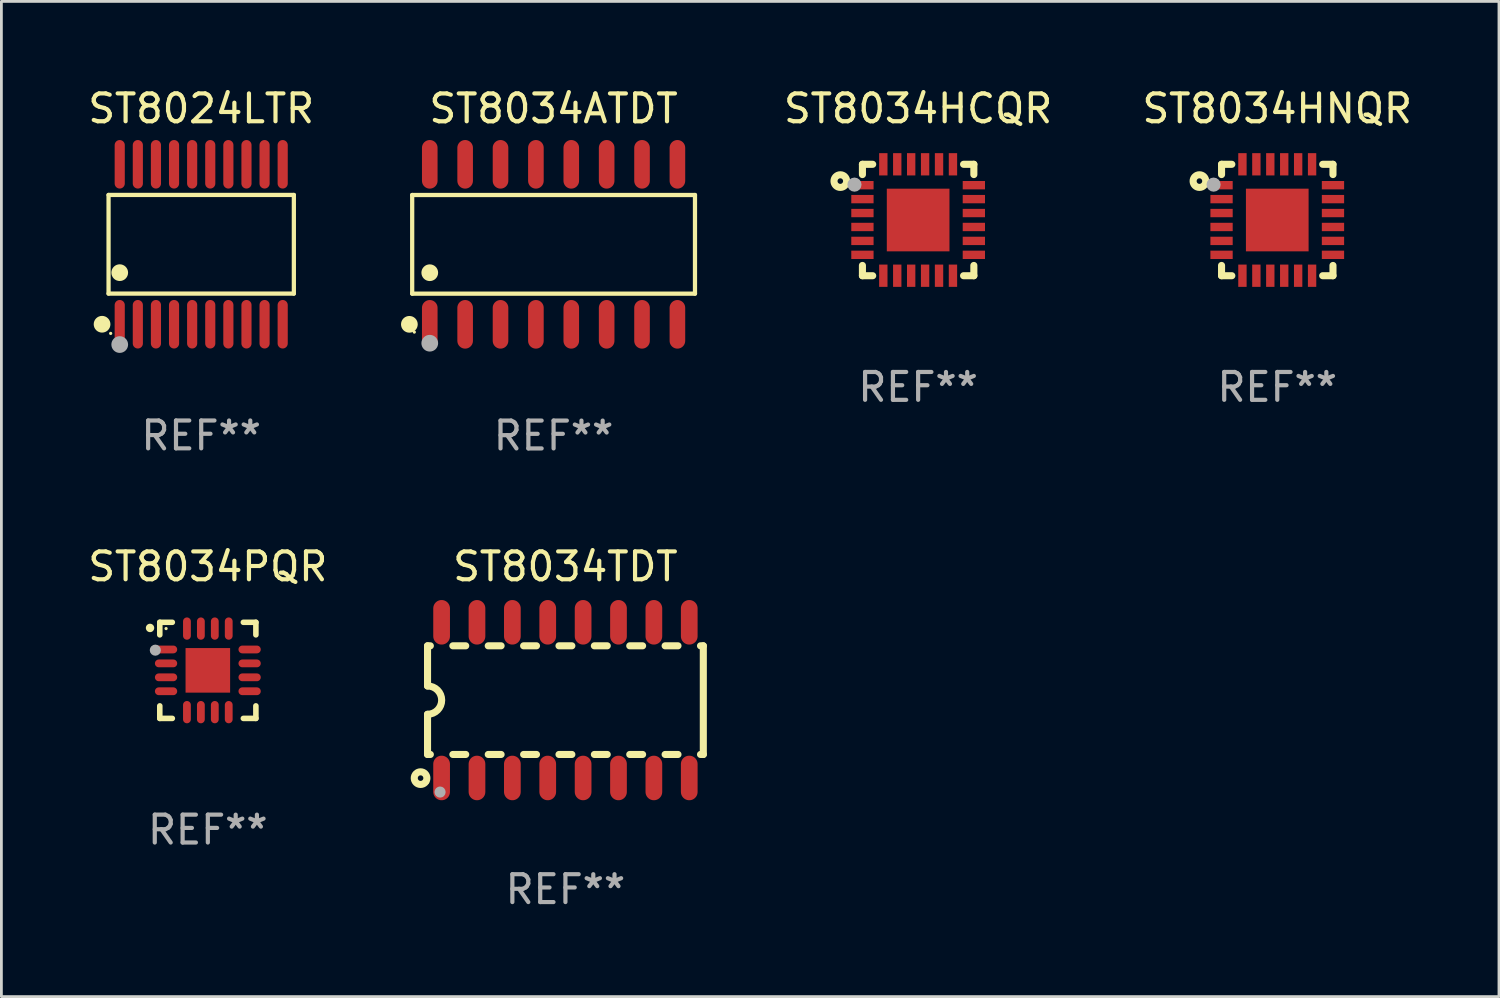
<source format=kicad_pcb>
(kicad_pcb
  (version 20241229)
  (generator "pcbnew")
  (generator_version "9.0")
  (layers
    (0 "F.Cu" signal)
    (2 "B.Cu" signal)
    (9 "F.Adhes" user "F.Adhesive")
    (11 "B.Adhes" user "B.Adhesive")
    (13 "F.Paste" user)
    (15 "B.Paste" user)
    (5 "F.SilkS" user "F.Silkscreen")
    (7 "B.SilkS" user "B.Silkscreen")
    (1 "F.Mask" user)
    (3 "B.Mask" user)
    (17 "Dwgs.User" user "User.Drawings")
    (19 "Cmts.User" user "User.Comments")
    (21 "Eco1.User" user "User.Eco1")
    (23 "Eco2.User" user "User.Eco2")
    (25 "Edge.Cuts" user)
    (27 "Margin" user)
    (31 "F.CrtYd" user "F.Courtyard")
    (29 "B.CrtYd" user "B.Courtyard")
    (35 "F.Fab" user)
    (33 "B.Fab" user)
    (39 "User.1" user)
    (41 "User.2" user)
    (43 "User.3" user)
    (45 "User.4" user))
  (footprint "ST8034TDT"
    (layer "F.Cu")
    (at 17.248 22.084)
    (property "Reference" "ST8034TDT" (at 0 -4.794 0) (layer "F.SilkS") (effects (font (size 1 1) (thickness 0.15))))
    (attr through_hole)
    (fp_line (start -4.95 -1.95) (end -4.95 -0.508) (stroke (width 0.254) (type solid)) (layer "F.SilkS"))
    (fp_line (start -4.95 -1.95) (end -4.849 -1.95) (stroke (width 0.254) (type solid)) (layer "F.SilkS"))
    (fp_line (start -4.95 1.95) (end -4.95 0.508) (stroke (width 0.254) (type solid)) (layer "F.SilkS"))
    (fp_line (start -4.95 1.95) (end -4.849 1.95) (stroke (width 0.254) (type solid)) (layer "F.SilkS"))
    (fp_line (start -4.041 -1.95) (end -3.579 -1.95) (stroke (width 0.254) (type solid)) (layer "F.SilkS"))
    (fp_line (start -4.041 1.95) (end -3.579 1.95) (stroke (width 0.254) (type solid)) (layer "F.SilkS"))
    (fp_line (start -2.771 -1.95) (end -2.309 -1.95) (stroke (width 0.254) (type solid)) (layer "F.SilkS"))
    (fp_line (start -2.771 1.95) (end -2.309 1.95) (stroke (width 0.254) (type solid)) (layer "F.SilkS"))
    (fp_line (start -1.501 -1.95) (end -1.039 -1.95) (stroke (width 0.254) (type solid)) (layer "F.SilkS"))
    (fp_line (start -1.501 1.95) (end -1.039 1.95) (stroke (width 0.254) (type solid)) (layer "F.SilkS"))
    (fp_line (start -0.231 -1.95) (end 0.231 -1.95) (stroke (width 0.254) (type solid)) (layer "F.SilkS"))
    (fp_line (start -0.231 1.95) (end 0.231 1.95) (stroke (width 0.254) (type solid)) (layer "F.SilkS"))
    (fp_line (start 1.039 -1.95) (end 1.501 -1.95) (stroke (width 0.254) (type solid)) (layer "F.SilkS"))
    (fp_line (start 1.039 1.95) (end 1.501 1.95) (stroke (width 0.254) (type solid)) (layer "F.SilkS"))
    (fp_line (start 2.309 -1.95) (end 2.771 -1.95) (stroke (width 0.254) (type solid)) (layer "F.SilkS"))
    (fp_line (start 2.309 1.95) (end 2.771 1.95) (stroke (width 0.254) (type solid)) (layer "F.SilkS"))
    (fp_line (start 3.579 -1.95) (end 4.041 -1.95) (stroke (width 0.254) (type solid)) (layer "F.SilkS"))
    (fp_line (start 3.579 1.95) (end 4.041 1.95) (stroke (width 0.254) (type solid)) (layer "F.SilkS"))
    (fp_line (start 4.849 -1.95) (end 4.95 -1.95) (stroke (width 0.254) (type solid)) (layer "F.SilkS"))
    (fp_line (start 4.849 1.95) (end 4.95 1.95) (stroke (width 0.254) (type solid)) (layer "F.SilkS"))
    (fp_line (start 4.95 -1.95) (end 4.95 1.95) (stroke (width 0.254) (type solid)) (layer "F.SilkS"))
    (fp_arc (start -4.95047 -0.508001) (mid -4.442469 -0.000228) (end -4.950013 0.508001) (stroke (width 0.254001) (type solid)) (layer "F.SilkS"))
    (fp_circle (center -5.2 2.8) (end -5.1 2.8) (stroke (width 0.254) (type solid)) (fill no) (layer "F.SilkS"))
    (fp_circle (center -4.95 2.947) (end -4.92 2.947) (stroke (width 0.06) (type solid)) (fill no) (layer "F.SilkS"))
    (fp_circle (center -4.5 3.3) (end -4.4 3.3) (stroke (width 0.2) (type solid)) (fill no) (layer "F.Fab"))
    (fp_text user "REF**" (at 0 6.794 0) (layer "F.Fab") (effects (font (size 1 1) (thickness 0.15))))
    (pad "1" smd oval (at -4.445 2.794) (size 0.6 1.6) (layers "F.Cu" "F.Mask" "F.Paste"))
    (pad "2" smd oval (at -3.175 2.794) (size 0.6 1.6) (layers "F.Cu" "F.Mask" "F.Paste"))
    (pad "3" smd oval (at -1.905 2.794) (size 0.6 1.6) (layers "F.Cu" "F.Mask" "F.Paste"))
    (pad "4" smd oval (at -0.635 2.794) (size 0.6 1.6) (layers "F.Cu" "F.Mask" "F.Paste"))
    (pad "5" smd oval (at 0.635 2.794) (size 0.6 1.6) (layers "F.Cu" "F.Mask" "F.Paste"))
    (pad "6" smd oval (at 1.905 2.794) (size 0.6 1.6) (layers "F.Cu" "F.Mask" "F.Paste"))
    (pad "7" smd oval (at 3.175 2.794) (size 0.6 1.6) (layers "F.Cu" "F.Mask" "F.Paste"))
    (pad "8" smd oval (at 4.445 2.794) (size 0.6 1.6) (layers "F.Cu" "F.Mask" "F.Paste"))
    (pad "9" smd oval (at 4.445 -2.794) (size 0.6 1.6) (layers "F.Cu" "F.Mask" "F.Paste"))
    (pad "10" smd oval (at 3.175 -2.794) (size 0.6 1.6) (layers "F.Cu" "F.Mask" "F.Paste"))
    (pad "11" smd oval (at 1.905 -2.794) (size 0.6 1.6) (layers "F.Cu" "F.Mask" "F.Paste"))
    (pad "12" smd oval (at 0.635 -2.794) (size 0.6 1.6) (layers "F.Cu" "F.Mask" "F.Paste"))
    (pad "13" smd oval (at -0.635 -2.794) (size 0.6 1.6) (layers "F.Cu" "F.Mask" "F.Paste"))
    (pad "14" smd oval (at -1.905 -2.794) (size 0.6 1.6) (layers "F.Cu" "F.Mask" "F.Paste"))
    (pad "15" smd oval (at -3.175 -2.794) (size 0.6 1.6) (layers "F.Cu" "F.Mask" "F.Paste"))
    (pad "16" smd oval (at -4.445 -2.794) (size 0.6 1.6) (layers "F.Cu" "F.Mask" "F.Paste")))
  (footprint "ST8034HNQR"
    (layer "F.Cu")
    (at 42.802 4.848)
    (property "Reference" "ST8034HNQR" (at 0 -4 0) (layer "F.SilkS") (effects (font (size 1 1) (thickness 0.15))))
    (attr through_hole)
    (fp_line (start -2 -2) (end -1.631 -2) (stroke (width 0.254) (type solid)) (layer "F.SilkS"))
    (fp_line (start -2 -1.631) (end -2 -2) (stroke (width 0.254) (type solid)) (layer "F.SilkS"))
    (fp_line (start -2 2) (end -2 1.631) (stroke (width 0.254) (type solid)) (layer "F.SilkS"))
    (fp_line (start -1.631 2) (end -2 2) (stroke (width 0.254) (type solid)) (layer "F.SilkS"))
    (fp_line (start 1.631 -2) (end 2 -2) (stroke (width 0.254) (type solid)) (layer "F.SilkS"))
    (fp_line (start 2 -2) (end 2 -1.631) (stroke (width 0.254) (type solid)) (layer "F.SilkS"))
    (fp_line (start 2 1.631) (end 2 2) (stroke (width 0.254) (type solid)) (layer "F.SilkS"))
    (fp_line (start 2 2) (end 1.631 2) (stroke (width 0.254) (type solid)) (layer "F.SilkS"))
    (fp_circle (center -2.794 -1.397) (end -2.694 -1.397) (stroke (width 0.254) (type solid)) (fill no) (layer "F.SilkS"))
    (fp_circle (center -2 -2) (end -1.97 -2) (stroke (width 0.06) (type solid)) (fill no) (layer "F.SilkS"))
    (fp_circle (center -2.286 -1.27) (end -2.159 -1.27) (stroke (width 0.254) (type solid)) (fill no) (layer "F.Fab"))
    (fp_text user "REF**" (at 0 6 0) (layer "F.Fab") (effects (font (size 1 1) (thickness 0.15))))
    (pad "1" smd rect (at -2 -1.25) (size 0.8 0.3) (layers "F.Cu" "F.Mask" "F.Paste"))
    (pad "2" smd rect (at -2 -0.75) (size 0.8 0.3) (layers "F.Cu" "F.Mask" "F.Paste"))
    (pad "3" smd rect (at -2 -0.25) (size 0.8 0.3) (layers "F.Cu" "F.Mask" "F.Paste"))
    (pad "4" smd rect (at -2 0.25) (size 0.8 0.3) (layers "F.Cu" "F.Mask" "F.Paste"))
    (pad "5" smd rect (at -2 0.75) (size 0.8 0.3) (layers "F.Cu" "F.Mask" "F.Paste"))
    (pad "6" smd rect (at -2 1.25) (size 0.8 0.3) (layers "F.Cu" "F.Mask" "F.Paste"))
    (pad "7" smd rect (at -1.25 2) (size 0.3 0.8) (layers "F.Cu" "F.Mask" "F.Paste"))
    (pad "8" smd rect (at -0.75 2) (size 0.3 0.8) (layers "F.Cu" "F.Mask" "F.Paste"))
    (pad "9" smd rect (at -0.25 2) (size 0.3 0.8) (layers "F.Cu" "F.Mask" "F.Paste"))
    (pad "10" smd rect (at 0.25 2) (size 0.3 0.8) (layers "F.Cu" "F.Mask" "F.Paste"))
    (pad "11" smd rect (at 0.75 2) (size 0.3 0.8) (layers "F.Cu" "F.Mask" "F.Paste"))
    (pad "12" smd rect (at 1.25 2) (size 0.3 0.8) (layers "F.Cu" "F.Mask" "F.Paste"))
    (pad "13" smd rect (at 2 1.25) (size 0.8 0.3) (layers "F.Cu" "F.Mask" "F.Paste"))
    (pad "14" smd rect (at 2 0.75) (size 0.8 0.3) (layers "F.Cu" "F.Mask" "F.Paste"))
    (pad "15" smd rect (at 2 0.25) (size 0.8 0.3) (layers "F.Cu" "F.Mask" "F.Paste"))
    (pad "16" smd rect (at 2 -0.25) (size 0.8 0.3) (layers "F.Cu" "F.Mask" "F.Paste"))
    (pad "17" smd rect (at 2 -0.75) (size 0.8 0.3) (layers "F.Cu" "F.Mask" "F.Paste"))
    (pad "18" smd rect (at 2 -1.25) (size 0.8 0.3) (layers "F.Cu" "F.Mask" "F.Paste"))
    (pad "19" smd rect (at 1.25 -2) (size 0.3 0.8) (layers "F.Cu" "F.Mask" "F.Paste"))
    (pad "20" smd rect (at 0.75 -2) (size 0.3 0.8) (layers "F.Cu" "F.Mask" "F.Paste"))
    (pad "21" smd rect (at 0.25 -2) (size 0.3 0.8) (layers "F.Cu" "F.Mask" "F.Paste"))
    (pad "22" smd rect (at -0.25 -2) (size 0.3 0.8) (layers "F.Cu" "F.Mask" "F.Paste"))
    (pad "23" smd rect (at -0.75 -2) (size 0.3 0.8) (layers "F.Cu" "F.Mask" "F.Paste"))
    (pad "24" smd rect (at -1.25 -2) (size 0.3 0.8) (layers "F.Cu" "F.Mask" "F.Paste"))
    (pad "25" smd rect (at 0.000051 -0.000013) (size 2.25 2.25) (layers "F.Cu" "F.Mask" "F.Paste")))
  (footprint "ST8034PQR"
    (layer "F.Cu")
    (at 4.411 21.015)
    (property "Reference" "ST8034PQR" (at 0 -3.725 0) (layer "F.SilkS") (effects (font (size 1 1) (thickness 0.15))))
    (attr through_hole)
    (fp_line (start -1.725 -1.725) (end -1.275 -1.725) (stroke (width 0.2) (type solid)) (layer "F.SilkS"))
    (fp_line (start -1.725 -1.275) (end -1.725 -1.725) (stroke (width 0.2) (type solid)) (layer "F.SilkS"))
    (fp_line (start -1.725 1.725) (end -1.725 1.275) (stroke (width 0.2) (type solid)) (layer "F.SilkS"))
    (fp_line (start -1.275 1.725) (end -1.725 1.725) (stroke (width 0.2) (type solid)) (layer "F.SilkS"))
    (fp_line (start 1.275 -1.725) (end 1.725 -1.725) (stroke (width 0.2) (type solid)) (layer "F.SilkS"))
    (fp_line (start 1.275 1.725) (end 1.725 1.725) (stroke (width 0.2) (type solid)) (layer "F.SilkS"))
    (fp_line (start 1.725 -1.725) (end 1.725 -1.275) (stroke (width 0.2) (type solid)) (layer "F.SilkS"))
    (fp_line (start 1.725 1.725) (end 1.725 1.275) (stroke (width 0.2) (type solid)) (layer "F.SilkS"))
    (fp_arc (start -2.075184 -1.521463) (mid -2.075189 -1.522733) (end -2.075184 -1.524003) (stroke (width 0.3) (type solid)) (layer "F.SilkS"))
    (fp_circle (center -1.499 -1.5) (end -1.469 -1.5) (stroke (width 0.06) (type solid)) (fill no) (layer "F.SilkS"))
    (fp_circle (center -1.885 -0.725) (end -1.785 -0.725) (stroke (width 0.2) (type solid)) (fill no) (layer "F.Fab"))
    (fp_text user "REF**" (at 0 5.725 0) (layer "F.Fab") (effects (font (size 1 1) (thickness 0.15))))
    (pad "1" smd oval (at -1.5 -0.75 90) (size 0.28 0.8) (layers "F.Cu" "F.Mask" "F.Paste"))
    (pad "2" smd oval (at -1.5 -0.25 90) (size 0.28 0.8) (layers "F.Cu" "F.Mask" "F.Paste"))
    (pad "3" smd oval (at -1.5 0.25 90) (size 0.28 0.8) (layers "F.Cu" "F.Mask" "F.Paste"))
    (pad "4" smd oval (at -1.5 0.75 90) (size 0.28 0.8) (layers "F.Cu" "F.Mask" "F.Paste"))
    (pad "5" smd oval (at -0.75 1.5) (size 0.28 0.8) (layers "F.Cu" "F.Mask" "F.Paste"))
    (pad "6" smd oval (at -0.25 1.5) (size 0.28 0.8) (layers "F.Cu" "F.Mask" "F.Paste"))
    (pad "7" smd oval (at 0.25 1.5) (size 0.28 0.8) (layers "F.Cu" "F.Mask" "F.Paste"))
    (pad "8" smd oval (at 0.75 1.5) (size 0.28 0.8) (layers "F.Cu" "F.Mask" "F.Paste"))
    (pad "9" smd oval (at 1.5 0.75 90) (size 0.28 0.8) (layers "F.Cu" "F.Mask" "F.Paste"))
    (pad "10" smd oval (at 1.5 0.25 90) (size 0.28 0.8) (layers "F.Cu" "F.Mask" "F.Paste"))
    (pad "11" smd oval (at 1.5 -0.25 90) (size 0.28 0.8) (layers "F.Cu" "F.Mask" "F.Paste"))
    (pad "12" smd oval (at 1.5 -0.75 90) (size 0.28 0.8) (layers "F.Cu" "F.Mask" "F.Paste"))
    (pad "13" smd oval (at 0.75 -1.5) (size 0.28 0.8) (layers "F.Cu" "F.Mask" "F.Paste"))
    (pad "14" smd oval (at 0.25 -1.5) (size 0.28 0.8) (layers "F.Cu" "F.Mask" "F.Paste"))
    (pad "15" smd oval (at -0.25 -1.5) (size 0.28 0.8) (layers "F.Cu" "F.Mask" "F.Paste"))
    (pad "16" smd oval (at -0.75 -1.5) (size 0.28 0.8) (layers "F.Cu" "F.Mask" "F.Paste"))
    (pad "17" smd rect (at 0 -0.000051) (size 1.6 1.6) (layers "F.Cu" "F.Mask" "F.Paste")))
  (footprint "ST8024LTR"
    (layer "F.Cu")
    (at 4.173 5.719)
    (property "Reference" "ST8024LTR" (at 0 -4.871 0) (layer "F.SilkS") (effects (font (size 1 1) (thickness 0.15))))
    (attr through_hole)
    (fp_line (start -3.326 -1.771) (end 3.326 -1.771) (stroke (width 0.152) (type solid)) (layer "F.SilkS"))
    (fp_line (start -3.326 1.771) (end -3.326 -1.771) (stroke (width 0.152) (type solid)) (layer "F.SilkS"))
    (fp_line (start 3.326 -1.771) (end 3.326 1.771) (stroke (width 0.152) (type solid)) (layer "F.SilkS"))
    (fp_line (start 3.326 1.771) (end -3.326 1.771) (stroke (width 0.152) (type solid)) (layer "F.SilkS"))
    (fp_circle (center -3.559 2.871) (end -3.409 2.871) (stroke (width 0.3) (type solid)) (fill no) (layer "F.SilkS"))
    (fp_circle (center -3.25 3.2) (end -3.22 3.2) (stroke (width 0.06) (type solid)) (fill no) (layer "F.SilkS"))
    (fp_circle (center -2.925 1.019) (end -2.775 1.019) (stroke (width 0.3) (type solid)) (fill no) (layer "F.SilkS"))
    (fp_circle (center -2.925 3.6) (end -2.775 3.6) (stroke (width 0.3) (type solid)) (fill no) (layer "F.Fab"))
    (fp_text user "REF**" (at 0 6.871 0) (layer "F.Fab") (effects (font (size 1 1) (thickness 0.15))))
    (pad "1" smd oval (at -2.925 2.871) (size 0.364 1.742) (layers "F.Cu" "F.Mask" "F.Paste"))
    (pad "2" smd oval (at -2.275 2.871) (size 0.364 1.742) (layers "F.Cu" "F.Mask" "F.Paste"))
    (pad "3" smd oval (at -1.625 2.871) (size 0.364 1.742) (layers "F.Cu" "F.Mask" "F.Paste"))
    (pad "4" smd oval (at -0.975 2.871) (size 0.364 1.742) (layers "F.Cu" "F.Mask" "F.Paste"))
    (pad "5" smd oval (at -0.325 2.871) (size 0.364 1.742) (layers "F.Cu" "F.Mask" "F.Paste"))
    (pad "6" smd oval (at 0.325 2.871) (size 0.364 1.742) (layers "F.Cu" "F.Mask" "F.Paste"))
    (pad "7" smd oval (at 0.975 2.871) (size 0.364 1.742) (layers "F.Cu" "F.Mask" "F.Paste"))
    (pad "8" smd oval (at 1.625 2.871) (size 0.364 1.742) (layers "F.Cu" "F.Mask" "F.Paste"))
    (pad "9" smd oval (at 2.275 2.871) (size 0.364 1.742) (layers "F.Cu" "F.Mask" "F.Paste"))
    (pad "10" smd oval (at 2.925 2.871) (size 0.364 1.742) (layers "F.Cu" "F.Mask" "F.Paste"))
    (pad "11" smd oval (at 2.925 -2.871) (size 0.364 1.742) (layers "F.Cu" "F.Mask" "F.Paste"))
    (pad "12" smd oval (at 2.275 -2.871) (size 0.364 1.742) (layers "F.Cu" "F.Mask" "F.Paste"))
    (pad "13" smd oval (at 1.625 -2.871) (size 0.364 1.742) (layers "F.Cu" "F.Mask" "F.Paste"))
    (pad "14" smd oval (at 0.975 -2.871) (size 0.364 1.742) (layers "F.Cu" "F.Mask" "F.Paste"))
    (pad "15" smd oval (at 0.325 -2.871) (size 0.364 1.742) (layers "F.Cu" "F.Mask" "F.Paste"))
    (pad "16" smd oval (at -0.325 -2.871) (size 0.364 1.742) (layers "F.Cu" "F.Mask" "F.Paste"))
    (pad "17" smd oval (at -0.975 -2.871) (size 0.364 1.742) (layers "F.Cu" "F.Mask" "F.Paste"))
    (pad "18" smd oval (at -1.625 -2.871) (size 0.364 1.742) (layers "F.Cu" "F.Mask" "F.Paste"))
    (pad "19" smd oval (at -2.275 -2.871) (size 0.364 1.742) (layers "F.Cu" "F.Mask" "F.Paste"))
    (pad "20" smd oval (at -2.925 -2.871) (size 0.364 1.742) (layers "F.Cu" "F.Mask" "F.Paste")))
  (footprint "ST8034ATDT"
    (layer "F.Cu")
    (at 16.823 5.721)
    (property "Reference" "ST8034ATDT" (at 0 -4.872 0) (layer "F.SilkS") (effects (font (size 1 1) (thickness 0.15))))
    (attr through_hole)
    (fp_line (start -5.076 -1.771) (end 5.076 -1.771) (stroke (width 0.152) (type solid)) (layer "F.SilkS"))
    (fp_line (start -5.076 1.771) (end -5.076 -1.771) (stroke (width 0.152) (type solid)) (layer "F.SilkS"))
    (fp_line (start 5.076 -1.771) (end 5.076 1.771) (stroke (width 0.152) (type solid)) (layer "F.SilkS"))
    (fp_line (start 5.076 1.771) (end -5.076 1.771) (stroke (width 0.152) (type solid)) (layer "F.SilkS"))
    (fp_circle (center -5.177 2.872) (end -5.027 2.872) (stroke (width 0.3) (type solid)) (fill no) (layer "F.SilkS"))
    (fp_circle (center -5 3.15) (end -4.97 3.15) (stroke (width 0.06) (type solid)) (fill no) (layer "F.SilkS"))
    (fp_circle (center -4.445 1.019) (end -4.295 1.019) (stroke (width 0.3) (type solid)) (fill no) (layer "F.SilkS"))
    (fp_circle (center -4.445 3.55) (end -4.295 3.55) (stroke (width 0.3) (type solid)) (fill no) (layer "F.Fab"))
    (fp_text user "REF**" (at 0 6.872 0) (layer "F.Fab") (effects (font (size 1 1) (thickness 0.15))))
    (pad "1" smd oval (at -4.445 2.872) (size 0.56 1.745) (layers "F.Cu" "F.Mask" "F.Paste"))
    (pad "2" smd oval (at -3.175 2.872) (size 0.56 1.745) (layers "F.Cu" "F.Mask" "F.Paste"))
    (pad "3" smd oval (at -1.905 2.872) (size 0.56 1.745) (layers "F.Cu" "F.Mask" "F.Paste"))
    (pad "4" smd oval (at -0.635 2.872) (size 0.56 1.745) (layers "F.Cu" "F.Mask" "F.Paste"))
    (pad "5" smd oval (at 0.635 2.872) (size 0.56 1.745) (layers "F.Cu" "F.Mask" "F.Paste"))
    (pad "6" smd oval (at 1.905 2.872) (size 0.56 1.745) (layers "F.Cu" "F.Mask" "F.Paste"))
    (pad "7" smd oval (at 3.175 2.872) (size 0.56 1.745) (layers "F.Cu" "F.Mask" "F.Paste"))
    (pad "8" smd oval (at 4.445 2.872) (size 0.56 1.745) (layers "F.Cu" "F.Mask" "F.Paste"))
    (pad "9" smd oval (at 4.445 -2.872) (size 0.56 1.745) (layers "F.Cu" "F.Mask" "F.Paste"))
    (pad "10" smd oval (at 3.175 -2.872) (size 0.56 1.745) (layers "F.Cu" "F.Mask" "F.Paste"))
    (pad "11" smd oval (at 1.905 -2.872) (size 0.56 1.745) (layers "F.Cu" "F.Mask" "F.Paste"))
    (pad "12" smd oval (at 0.635 -2.872) (size 0.56 1.745) (layers "F.Cu" "F.Mask" "F.Paste"))
    (pad "13" smd oval (at -0.635 -2.872) (size 0.56 1.745) (layers "F.Cu" "F.Mask" "F.Paste"))
    (pad "14" smd oval (at -1.905 -2.872) (size 0.56 1.745) (layers "F.Cu" "F.Mask" "F.Paste"))
    (pad "15" smd oval (at -3.175 -2.872) (size 0.56 1.745) (layers "F.Cu" "F.Mask" "F.Paste"))
    (pad "16" smd oval (at -4.445 -2.872) (size 0.56 1.745) (layers "F.Cu" "F.Mask" "F.Paste")))
  (footprint "ST8034HCQR"
    (layer "F.Cu")
    (at 29.91 4.848)
    (property "Reference" "ST8034HCQR" (at 0 -4 0) (layer "F.SilkS") (effects (font (size 1 1) (thickness 0.15))))
    (attr through_hole)
    (fp_line (start -2 -2) (end -1.631 -2) (stroke (width 0.254) (type solid)) (layer "F.SilkS"))
    (fp_line (start -2 -1.631) (end -2 -2) (stroke (width 0.254) (type solid)) (layer "F.SilkS"))
    (fp_line (start -2 2) (end -2 1.631) (stroke (width 0.254) (type solid)) (layer "F.SilkS"))
    (fp_line (start -1.631 2) (end -2 2) (stroke (width 0.254) (type solid)) (layer "F.SilkS"))
    (fp_line (start 1.631 -2) (end 2 -2) (stroke (width 0.254) (type solid)) (layer "F.SilkS"))
    (fp_line (start 2 -2) (end 2 -1.631) (stroke (width 0.254) (type solid)) (layer "F.SilkS"))
    (fp_line (start 2 1.631) (end 2 2) (stroke (width 0.254) (type solid)) (layer "F.SilkS"))
    (fp_line (start 2 2) (end 1.631 2) (stroke (width 0.254) (type solid)) (layer "F.SilkS"))
    (fp_circle (center -2.794 -1.397) (end -2.694 -1.397) (stroke (width 0.254) (type solid)) (fill no) (layer "F.SilkS"))
    (fp_circle (center -2 -2) (end -1.97 -2) (stroke (width 0.06) (type solid)) (fill no) (layer "F.SilkS"))
    (fp_circle (center -2.286 -1.27) (end -2.159 -1.27) (stroke (width 0.254) (type solid)) (fill no) (layer "F.Fab"))
    (fp_text user "REF**" (at 0 6 0) (layer "F.Fab") (effects (font (size 1 1) (thickness 0.15))))
    (pad "1" smd rect (at -2 -1.25) (size 0.8 0.3) (layers "F.Cu" "F.Mask" "F.Paste"))
    (pad "2" smd rect (at -2 -0.75) (size 0.8 0.3) (layers "F.Cu" "F.Mask" "F.Paste"))
    (pad "3" smd rect (at -2 -0.25) (size 0.8 0.3) (layers "F.Cu" "F.Mask" "F.Paste"))
    (pad "4" smd rect (at -2 0.25) (size 0.8 0.3) (layers "F.Cu" "F.Mask" "F.Paste"))
    (pad "5" smd rect (at -2 0.75) (size 0.8 0.3) (layers "F.Cu" "F.Mask" "F.Paste"))
    (pad "6" smd rect (at -2 1.25) (size 0.8 0.3) (layers "F.Cu" "F.Mask" "F.Paste"))
    (pad "7" smd rect (at -1.25 2) (size 0.3 0.8) (layers "F.Cu" "F.Mask" "F.Paste"))
    (pad "8" smd rect (at -0.75 2) (size 0.3 0.8) (layers "F.Cu" "F.Mask" "F.Paste"))
    (pad "9" smd rect (at -0.25 2) (size 0.3 0.8) (layers "F.Cu" "F.Mask" "F.Paste"))
    (pad "10" smd rect (at 0.25 2) (size 0.3 0.8) (layers "F.Cu" "F.Mask" "F.Paste"))
    (pad "11" smd rect (at 0.75 2) (size 0.3 0.8) (layers "F.Cu" "F.Mask" "F.Paste"))
    (pad "12" smd rect (at 1.25 2) (size 0.3 0.8) (layers "F.Cu" "F.Mask" "F.Paste"))
    (pad "13" smd rect (at 2 1.25) (size 0.8 0.3) (layers "F.Cu" "F.Mask" "F.Paste"))
    (pad "14" smd rect (at 2 0.75) (size 0.8 0.3) (layers "F.Cu" "F.Mask" "F.Paste"))
    (pad "15" smd rect (at 2 0.25) (size 0.8 0.3) (layers "F.Cu" "F.Mask" "F.Paste"))
    (pad "16" smd rect (at 2 -0.25) (size 0.8 0.3) (layers "F.Cu" "F.Mask" "F.Paste"))
    (pad "17" smd rect (at 2 -0.75) (size 0.8 0.3) (layers "F.Cu" "F.Mask" "F.Paste"))
    (pad "18" smd rect (at 2 -1.25) (size 0.8 0.3) (layers "F.Cu" "F.Mask" "F.Paste"))
    (pad "19" smd rect (at 1.25 -2) (size 0.3 0.8) (layers "F.Cu" "F.Mask" "F.Paste"))
    (pad "20" smd rect (at 0.75 -2) (size 0.3 0.8) (layers "F.Cu" "F.Mask" "F.Paste"))
    (pad "21" smd rect (at 0.25 -2) (size 0.3 0.8) (layers "F.Cu" "F.Mask" "F.Paste"))
    (pad "22" smd rect (at -0.25 -2) (size 0.3 0.8) (layers "F.Cu" "F.Mask" "F.Paste"))
    (pad "23" smd rect (at -0.75 -2) (size 0.3 0.8) (layers "F.Cu" "F.Mask" "F.Paste"))
    (pad "24" smd rect (at -1.25 -2) (size 0.3 0.8) (layers "F.Cu" "F.Mask" "F.Paste"))
    (pad "25" smd rect (at 0.000051 -0.000013) (size 2.25 2.25) (layers "F.Cu" "F.Mask" "F.Paste")))
  (gr_rect
    (start -3 -3)
    (end 50.761 32.726)
    (stroke (width 0.1) (type default))
    (fill no)
    (layer "Edge.Cuts")))
</source>
